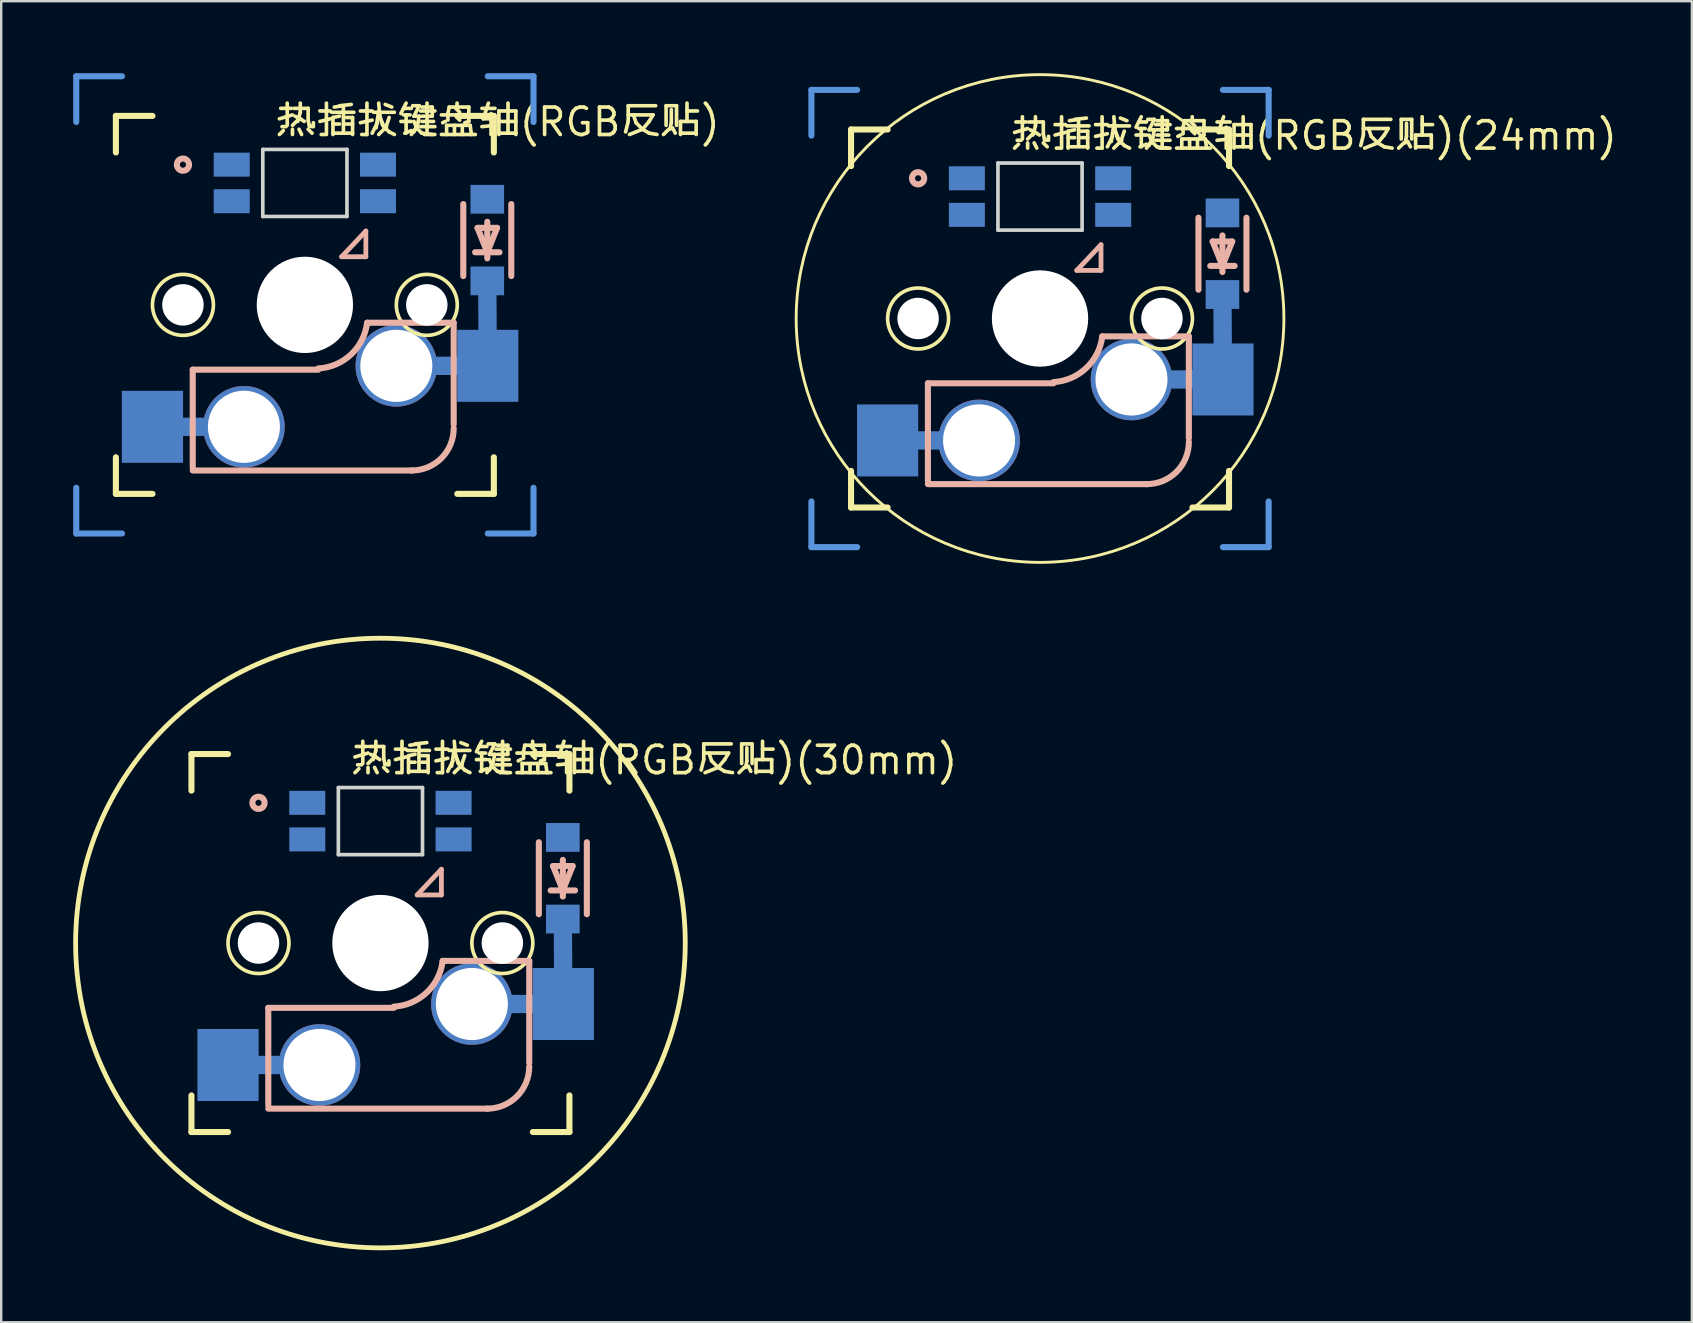
<source format=kicad_pcb>
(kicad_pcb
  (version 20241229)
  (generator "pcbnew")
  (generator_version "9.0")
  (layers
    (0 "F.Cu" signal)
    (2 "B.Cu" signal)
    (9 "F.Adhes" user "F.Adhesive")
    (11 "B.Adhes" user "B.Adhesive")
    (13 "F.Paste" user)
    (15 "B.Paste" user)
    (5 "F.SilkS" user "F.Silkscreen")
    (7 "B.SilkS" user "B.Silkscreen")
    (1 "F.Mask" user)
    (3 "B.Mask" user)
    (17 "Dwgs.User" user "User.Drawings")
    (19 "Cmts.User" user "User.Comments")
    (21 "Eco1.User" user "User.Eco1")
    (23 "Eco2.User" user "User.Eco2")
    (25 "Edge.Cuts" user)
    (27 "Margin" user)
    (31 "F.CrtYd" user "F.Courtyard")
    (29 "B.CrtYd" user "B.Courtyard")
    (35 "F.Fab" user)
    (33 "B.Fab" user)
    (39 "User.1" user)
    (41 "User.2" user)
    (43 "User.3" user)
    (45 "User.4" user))
  (footprint "热插拔键盘轴(RGB反贴)(24mm)"
    (layer "F.Cu")
    (at 40.281 10.22)
    (property "Reference" "热插拔键盘轴(RGB反贴)(24mm)" (at -1.27 -7.62 0) (layer "F.SilkS") (effects (font (size 1.143 1.143) (thickness 0.152)) (justify left)))
    (attr smd)
    (fp_line (start -6.35 5.08) (end -2.54 5.08) (stroke (width 0.762) (type solid)) (layer "B.Cu"))
    (fp_line (start 3.81 2.54) (end 7.62 2.54) (stroke (width 0.762) (type solid)) (layer "B.Cu"))
    (fp_line (start 7.62 2.54) (end 7.6 -1) (stroke (width 0.762) (type solid)) (layer "B.Cu"))
    (fp_line (start -7.874 -7.874) (end -6.35 -7.874) (stroke (width 0.254) (type solid)) (layer "F.SilkS"))
    (fp_line (start -7.874 -6.35) (end -7.874 -7.874) (stroke (width 0.254) (type solid)) (layer "F.SilkS"))
    (fp_line (start -7.874 7.874) (end -7.874 6.35) (stroke (width 0.254) (type solid)) (layer "F.SilkS"))
    (fp_line (start -6.35 7.874) (end -7.874 7.874) (stroke (width 0.254) (type solid)) (layer "F.SilkS"))
    (fp_line (start 6.35 -7.874) (end 7.874 -7.874) (stroke (width 0.254) (type solid)) (layer "F.SilkS"))
    (fp_line (start 7.874 -7.874) (end 7.874 -6.35) (stroke (width 0.254) (type solid)) (layer "F.SilkS"))
    (fp_line (start 7.874 6.35) (end 7.874 7.874) (stroke (width 0.254) (type solid)) (layer "F.SilkS"))
    (fp_line (start 7.874 7.874) (end 6.35 7.874) (stroke (width 0.254) (type solid)) (layer "F.SilkS"))
    (fp_circle (center -5.08 0) (end -3.81 0) (stroke (width 0.152) (type solid)) (fill no) (layer "F.SilkS"))
    (fp_circle (center 0 0) (end 10.16 0) (stroke (width 0.12) (type default)) (fill no) (layer "F.SilkS"))
    (fp_circle (center 5.08 0) (end 6.35 0) (stroke (width 0.152) (type solid)) (fill no) (layer "F.SilkS"))
    (fp_line (start -4.672 2.7) (end -4.672 6.764) (stroke (width 0.254) (type solid)) (layer "B.SilkS"))
    (fp_line (start -4.672 2.7) (end 0.56 2.7) (stroke (width 0.254) (type solid)) (layer "B.SilkS"))
    (fp_line (start 1.531 -2.005) (end 2.54 -3.075) (stroke (width 0.2) (type solid)) (layer "B.SilkS"))
    (fp_line (start 2.54 -3.075) (end 2.54 -2.005) (stroke (width 0.2) (type solid)) (layer "B.SilkS"))
    (fp_line (start 2.54 -2.005) (end 1.531 -2.005) (stroke (width 0.2) (type solid)) (layer "B.SilkS"))
    (fp_line (start 2.593 0.744) (end 6.2 0.744) (stroke (width 0.254) (type solid)) (layer "B.SilkS"))
    (fp_line (start 4.472 6.9) (end -4.672 6.9) (stroke (width 0.254) (type solid)) (layer "B.SilkS"))
    (fp_line (start 6.2 0.744) (end 6.2 4.986) (stroke (width 0.254) (type solid)) (layer "B.SilkS"))
    (fp_line (start 6.6 -4.2) (end 6.6 -1.2) (stroke (width 0.254) (type solid)) (layer "B.SilkS"))
    (fp_line (start 7.092 -2.192) (end 8.108 -2.192) (stroke (width 0.254) (type solid)) (layer "B.SilkS"))
    (fp_line (start 7.194 -3.208) (end 8.006 -3.208) (stroke (width 0.254) (type solid)) (layer "B.SilkS"))
    (fp_line (start 7.6 -2.192) (end 7.194 -3.208) (stroke (width 0.254) (type solid)) (layer "B.SilkS"))
    (fp_line (start 7.6 -1.938) (end 7.6 -3.462) (stroke (width 0.254) (type solid)) (layer "B.SilkS"))
    (fp_line (start 8.006 -3.208) (end 7.6 -2.192) (stroke (width 0.254) (type solid)) (layer "B.SilkS"))
    (fp_line (start 8.6 -4.2) (end 8.6 -1.2) (stroke (width 0.254) (type solid)) (layer "B.SilkS"))
    (fp_arc (start 2.593 0.744) (mid 1.92218 2.067083) (end 0.557846 2.649438) (stroke (width 0.254) (type solid)) (layer "B.SilkS"))
    (fp_arc (start 6.2 5.140489) (mid 5.684587 6.389986) (end 4.432879 6.9) (stroke (width 0.254) (type solid)) (layer "B.SilkS"))
    (fp_circle (center -5.08 -5.842) (end -4.826 -5.842) (stroke (width 0.254) (type solid)) (fill no) (layer "B.SilkS"))
    (fp_line (start -9.525 -9.525) (end -9.525 -7.62) (stroke (width 0.254) (type solid)) (layer "Cmts.User"))
    (fp_line (start -9.525 -9.525) (end -7.62 -9.525) (stroke (width 0.254) (type solid)) (layer "Cmts.User"))
    (fp_line (start -9.525 9.525) (end -9.525 7.62) (stroke (width 0.254) (type solid)) (layer "Cmts.User"))
    (fp_line (start -7.62 9.525) (end -9.525 9.525) (stroke (width 0.254) (type solid)) (layer "Cmts.User"))
    (fp_line (start 7.62 -9.525) (end 9.525 -9.525) (stroke (width 0.254) (type solid)) (layer "Cmts.User"))
    (fp_line (start 9.525 -7.62) (end 9.525 -9.525) (stroke (width 0.254) (type solid)) (layer "Cmts.User"))
    (fp_line (start 9.525 7.62) (end 9.525 9.525) (stroke (width 0.254) (type solid)) (layer "Cmts.User"))
    (fp_line (start 9.525 9.525) (end 7.62 9.525) (stroke (width 0.254) (type solid)) (layer "Cmts.User"))
    (fp_line (start -1.753 -6.477) (end -1.753 -3.683) (stroke (width 0.152) (type solid)) (layer "Edge.Cuts"))
    (fp_line (start -1.753 -3.683) (end 1.753 -3.683) (stroke (width 0.152) (type solid)) (layer "Edge.Cuts"))
    (fp_line (start 1.753 -6.477) (end -1.753 -6.477) (stroke (width 0.152) (type solid)) (layer "Edge.Cuts"))
    (fp_line (start 1.753 -3.683) (end 1.753 -6.477) (stroke (width 0.152) (type solid)) (layer "Edge.Cuts"))
    (pad "" np_thru_hole circle (at -5.08 0) (size 1.727 1.727) (drill 1.727) (layers "*.Cu" "*.Mask"))
    (pad "" np_thru_hole circle (at 0 0) (size 4.013 4.013) (drill 4.013) (layers "*.Cu" "*.Mask"))
    (pad "" np_thru_hole circle (at 5.08 0) (size 1.727 1.727) (drill 1.727) (layers "*.Cu" "*.Mask"))
    (pad "1" thru_hole circle (at 3.81 2.54) (size 3.4 3.4) (drill oval 3 3.005) (layers "*.Cu" "*.Paste" "*.Mask"))
    (pad "1" smd rect (at 7.6 -1 270) (size 1.2 1.4) (layers "B.Cu" "B.Mask" "B.Paste"))
    (pad "1" smd rect (at 7.62 2.54) (size 2.55 3) (layers "B.Cu" "B.Mask" "B.Paste"))
    (pad "2" thru_hole circle (at -2.54 5.08 180) (size 3.4 3.4) (drill oval 3 3.005) (layers "*.Cu" "*.Paste" "*.Mask"))
    (pad "COL" smd rect (at 7.6 -4.4 270) (size 1.2 1.4) (layers "B.Cu" "B.Mask" "B.Paste"))
    (pad "DIN" smd rect (at -3.048 -4.318 180) (size 1.5 1) (layers "B.Cu" "B.Mask" "B.Paste"))
    (pad "DOUT" smd rect (at 3.048 -5.842 180) (size 1.5 1) (layers "B.Cu" "B.Mask" "B.Paste"))
    (pad "LED" smd rect (at 3.048 -4.318 180) (size 1.5 1) (layers "B.Cu" "B.Mask" "B.Paste"))
    (pad "LEDGND" smd rect (at -3.048 -5.842 180) (size 1.5 1) (layers "B.Cu" "B.Mask" "B.Paste"))
    (pad "ROW" smd rect (at -6.35 5.08) (size 2.55 3) (layers "B.Cu" "B.Mask" "B.Paste")))
  (footprint "热插拔键盘轴(RGB反贴)"
    (layer "F.Cu")
    (at 9.652 9.652)
    (property "Reference" "热插拔键盘轴(RGB反贴)" (at -1.27 -7.62 0) (layer "F.SilkS") (effects (font (size 1.143 1.143) (thickness 0.152)) (justify left)))
    (attr smd)
    (fp_line (start -6.35 5.08) (end -2.54 5.08) (stroke (width 0.762) (type solid)) (layer "B.Cu"))
    (fp_line (start 3.81 2.54) (end 7.62 2.54) (stroke (width 0.762) (type solid)) (layer "B.Cu"))
    (fp_line (start 7.62 2.54) (end 7.6 -1) (stroke (width 0.762) (type solid)) (layer "B.Cu"))
    (fp_line (start -7.874 -7.874) (end -6.35 -7.874) (stroke (width 0.254) (type solid)) (layer "F.SilkS"))
    (fp_line (start -7.874 -6.35) (end -7.874 -7.874) (stroke (width 0.254) (type solid)) (layer "F.SilkS"))
    (fp_line (start -7.874 7.874) (end -7.874 6.35) (stroke (width 0.254) (type solid)) (layer "F.SilkS"))
    (fp_line (start -6.35 7.874) (end -7.874 7.874) (stroke (width 0.254) (type solid)) (layer "F.SilkS"))
    (fp_line (start 6.35 -7.874) (end 7.874 -7.874) (stroke (width 0.254) (type solid)) (layer "F.SilkS"))
    (fp_line (start 7.874 -7.874) (end 7.874 -6.35) (stroke (width 0.254) (type solid)) (layer "F.SilkS"))
    (fp_line (start 7.874 6.35) (end 7.874 7.874) (stroke (width 0.254) (type solid)) (layer "F.SilkS"))
    (fp_line (start 7.874 7.874) (end 6.35 7.874) (stroke (width 0.254) (type solid)) (layer "F.SilkS"))
    (fp_circle (center -5.08 0) (end -3.81 0) (stroke (width 0.152) (type solid)) (fill no) (layer "F.SilkS"))
    (fp_circle (center 5.08 0) (end 6.35 0) (stroke (width 0.152) (type solid)) (fill no) (layer "F.SilkS"))
    (fp_line (start -4.672 2.7) (end -4.672 6.764) (stroke (width 0.254) (type solid)) (layer "B.SilkS"))
    (fp_line (start -4.672 2.7) (end 0.56 2.7) (stroke (width 0.254) (type solid)) (layer "B.SilkS"))
    (fp_line (start 1.531 -2.005) (end 2.54 -3.075) (stroke (width 0.2) (type solid)) (layer "B.SilkS"))
    (fp_line (start 2.54 -3.075) (end 2.54 -2.005) (stroke (width 0.2) (type solid)) (layer "B.SilkS"))
    (fp_line (start 2.54 -2.005) (end 1.531 -2.005) (stroke (width 0.2) (type solid)) (layer "B.SilkS"))
    (fp_line (start 2.593 0.744) (end 6.2 0.744) (stroke (width 0.254) (type solid)) (layer "B.SilkS"))
    (fp_line (start 4.472 6.9) (end -4.672 6.9) (stroke (width 0.254) (type solid)) (layer "B.SilkS"))
    (fp_line (start 6.2 0.744) (end 6.2 4.986) (stroke (width 0.254) (type solid)) (layer "B.SilkS"))
    (fp_line (start 6.6 -4.2) (end 6.6 -1.2) (stroke (width 0.254) (type solid)) (layer "B.SilkS"))
    (fp_line (start 7.092 -2.192) (end 8.108 -2.192) (stroke (width 0.254) (type solid)) (layer "B.SilkS"))
    (fp_line (start 7.194 -3.208) (end 8.006 -3.208) (stroke (width 0.254) (type solid)) (layer "B.SilkS"))
    (fp_line (start 7.6 -2.192) (end 7.194 -3.208) (stroke (width 0.254) (type solid)) (layer "B.SilkS"))
    (fp_line (start 7.6 -1.938) (end 7.6 -3.462) (stroke (width 0.254) (type solid)) (layer "B.SilkS"))
    (fp_line (start 8.006 -3.208) (end 7.6 -2.192) (stroke (width 0.254) (type solid)) (layer "B.SilkS"))
    (fp_line (start 8.6 -4.2) (end 8.6 -1.2) (stroke (width 0.254) (type solid)) (layer "B.SilkS"))
    (fp_arc (start 2.593 0.744) (mid 1.92218 2.067083) (end 0.557846 2.649438) (stroke (width 0.254) (type solid)) (layer "B.SilkS"))
    (fp_arc (start 6.2 5.140489) (mid 5.684587 6.389986) (end 4.432879 6.9) (stroke (width 0.254) (type solid)) (layer "B.SilkS"))
    (fp_circle (center -5.08 -5.842) (end -4.826 -5.842) (stroke (width 0.254) (type solid)) (fill no) (layer "B.SilkS"))
    (fp_line (start -9.525 -9.525) (end -9.525 -7.62) (stroke (width 0.254) (type solid)) (layer "Cmts.User"))
    (fp_line (start -9.525 -9.525) (end -7.62 -9.525) (stroke (width 0.254) (type solid)) (layer "Cmts.User"))
    (fp_line (start -9.525 9.525) (end -9.525 7.62) (stroke (width 0.254) (type solid)) (layer "Cmts.User"))
    (fp_line (start -7.62 9.525) (end -9.525 9.525) (stroke (width 0.254) (type solid)) (layer "Cmts.User"))
    (fp_line (start 7.62 -9.525) (end 9.525 -9.525) (stroke (width 0.254) (type solid)) (layer "Cmts.User"))
    (fp_line (start 9.525 -7.62) (end 9.525 -9.525) (stroke (width 0.254) (type solid)) (layer "Cmts.User"))
    (fp_line (start 9.525 7.62) (end 9.525 9.525) (stroke (width 0.254) (type solid)) (layer "Cmts.User"))
    (fp_line (start 9.525 9.525) (end 7.62 9.525) (stroke (width 0.254) (type solid)) (layer "Cmts.User"))
    (fp_line (start -1.753 -6.477) (end -1.753 -3.683) (stroke (width 0.152) (type solid)) (layer "Edge.Cuts"))
    (fp_line (start -1.753 -3.683) (end 1.753 -3.683) (stroke (width 0.152) (type solid)) (layer "Edge.Cuts"))
    (fp_line (start 1.753 -6.477) (end -1.753 -6.477) (stroke (width 0.152) (type solid)) (layer "Edge.Cuts"))
    (fp_line (start 1.753 -3.683) (end 1.753 -6.477) (stroke (width 0.152) (type solid)) (layer "Edge.Cuts"))
    (pad "" np_thru_hole circle (at -5.08 0) (size 1.727 1.727) (drill 1.727) (layers "*.Cu" "*.Mask"))
    (pad "" np_thru_hole circle (at 0 0) (size 4.013 4.013) (drill 4.013) (layers "*.Cu" "*.Mask"))
    (pad "" np_thru_hole circle (at 5.08 0) (size 1.727 1.727) (drill 1.727) (layers "*.Cu" "*.Mask"))
    (pad "1" thru_hole circle (at 3.81 2.54) (size 3.4 3.4) (drill oval 3 3.005) (layers "*.Cu" "*.Paste" "*.Mask"))
    (pad "1" smd rect (at 7.6 -1 270) (size 1.2 1.4) (layers "B.Cu" "B.Mask" "B.Paste"))
    (pad "1" smd rect (at 7.62 2.54) (size 2.55 3) (layers "B.Cu" "B.Mask" "B.Paste"))
    (pad "2" thru_hole circle (at -2.54 5.08 180) (size 3.4 3.4) (drill oval 3 3.005) (layers "*.Cu" "*.Paste" "*.Mask"))
    (pad "COL" smd rect (at 7.6 -4.4 270) (size 1.2 1.4) (layers "B.Cu" "B.Mask" "B.Paste"))
    (pad "DIN" smd rect (at -3.048 -4.318 180) (size 1.5 1) (layers "B.Cu" "B.Mask" "B.Paste"))
    (pad "DOUT" smd rect (at 3.048 -5.842 180) (size 1.5 1) (layers "B.Cu" "B.Mask" "B.Paste"))
    (pad "LED" smd rect (at 3.048 -4.318 180) (size 1.5 1) (layers "B.Cu" "B.Mask" "B.Paste"))
    (pad "LEDGND" smd rect (at -3.048 -5.842 180) (size 1.5 1) (layers "B.Cu" "B.Mask" "B.Paste"))
    (pad "ROW" smd rect (at -6.35 5.08) (size 2.55 3) (layers "B.Cu" "B.Mask" "B.Paste")))
  (footprint "热插拔键盘轴(RGB反贴)(30mm)"
    (layer "F.Cu")
    (at 12.8 36.24)
    (property "Reference" "热插拔键盘轴(RGB反贴)(30mm)" (at -1.27 -7.62 0) (layer "F.SilkS") (effects (font (size 1.143 1.143) (thickness 0.152)) (justify left)))
    (attr smd)
    (fp_line (start -6.35 5.08) (end -2.54 5.08) (stroke (width 0.762) (type solid)) (layer "B.Cu"))
    (fp_line (start 3.81 2.54) (end 7.62 2.54) (stroke (width 0.762) (type solid)) (layer "B.Cu"))
    (fp_line (start 7.62 2.54) (end 7.6 -1) (stroke (width 0.762) (type solid)) (layer "B.Cu"))
    (fp_line (start -7.874 -7.874) (end -6.35 -7.874) (stroke (width 0.254) (type solid)) (layer "F.SilkS"))
    (fp_line (start -7.874 -6.35) (end -7.874 -7.874) (stroke (width 0.254) (type solid)) (layer "F.SilkS"))
    (fp_line (start -7.874 7.874) (end -7.874 6.35) (stroke (width 0.254) (type solid)) (layer "F.SilkS"))
    (fp_line (start -6.35 7.874) (end -7.874 7.874) (stroke (width 0.254) (type solid)) (layer "F.SilkS"))
    (fp_line (start 6.35 -7.874) (end 7.874 -7.874) (stroke (width 0.254) (type solid)) (layer "F.SilkS"))
    (fp_line (start 7.874 -7.874) (end 7.874 -6.35) (stroke (width 0.254) (type solid)) (layer "F.SilkS"))
    (fp_line (start 7.874 6.35) (end 7.874 7.874) (stroke (width 0.254) (type solid)) (layer "F.SilkS"))
    (fp_line (start 7.874 7.874) (end 6.35 7.874) (stroke (width 0.254) (type solid)) (layer "F.SilkS"))
    (fp_circle (center -5.08 0) (end -3.81 0) (stroke (width 0.152) (type solid)) (fill no) (layer "F.SilkS"))
    (fp_circle (center 0 0) (end 12.7 0) (stroke (width 0.2) (type default)) (fill no) (layer "F.SilkS"))
    (fp_circle (center 5.08 0) (end 6.35 0) (stroke (width 0.152) (type solid)) (fill no) (layer "F.SilkS"))
    (fp_line (start -4.672 2.7) (end -4.672 6.764) (stroke (width 0.254) (type solid)) (layer "B.SilkS"))
    (fp_line (start -4.672 2.7) (end 0.56 2.7) (stroke (width 0.254) (type solid)) (layer "B.SilkS"))
    (fp_line (start 1.531 -2.005) (end 2.54 -3.075) (stroke (width 0.2) (type solid)) (layer "B.SilkS"))
    (fp_line (start 2.54 -3.075) (end 2.54 -2.005) (stroke (width 0.2) (type solid)) (layer "B.SilkS"))
    (fp_line (start 2.54 -2.005) (end 1.531 -2.005) (stroke (width 0.2) (type solid)) (layer "B.SilkS"))
    (fp_line (start 2.593 0.744) (end 6.2 0.744) (stroke (width 0.254) (type solid)) (layer "B.SilkS"))
    (fp_line (start 4.472 6.9) (end -4.672 6.9) (stroke (width 0.254) (type solid)) (layer "B.SilkS"))
    (fp_line (start 6.2 0.744) (end 6.2 4.986) (stroke (width 0.254) (type solid)) (layer "B.SilkS"))
    (fp_line (start 6.6 -4.2) (end 6.6 -1.2) (stroke (width 0.254) (type solid)) (layer "B.SilkS"))
    (fp_line (start 7.092 -2.192) (end 8.108 -2.192) (stroke (width 0.254) (type solid)) (layer "B.SilkS"))
    (fp_line (start 7.194 -3.208) (end 8.006 -3.208) (stroke (width 0.254) (type solid)) (layer "B.SilkS"))
    (fp_line (start 7.6 -2.192) (end 7.194 -3.208) (stroke (width 0.254) (type solid)) (layer "B.SilkS"))
    (fp_line (start 7.6 -1.938) (end 7.6 -3.462) (stroke (width 0.254) (type solid)) (layer "B.SilkS"))
    (fp_line (start 8.006 -3.208) (end 7.6 -2.192) (stroke (width 0.254) (type solid)) (layer "B.SilkS"))
    (fp_line (start 8.6 -4.2) (end 8.6 -1.2) (stroke (width 0.254) (type solid)) (layer "B.SilkS"))
    (fp_arc (start 2.593 0.744) (mid 1.92218 2.067083) (end 0.557846 2.649438) (stroke (width 0.254) (type solid)) (layer "B.SilkS"))
    (fp_arc (start 6.2 5.140489) (mid 5.684587 6.389986) (end 4.432879 6.9) (stroke (width 0.254) (type solid)) (layer "B.SilkS"))
    (fp_circle (center -5.08 -5.842) (end -4.826 -5.842) (stroke (width 0.254) (type solid)) (fill no) (layer "B.SilkS"))
    (fp_line (start -1.753 -6.477) (end -1.753 -3.683) (stroke (width 0.152) (type solid)) (layer "Edge.Cuts"))
    (fp_line (start -1.753 -3.683) (end 1.753 -3.683) (stroke (width 0.152) (type solid)) (layer "Edge.Cuts"))
    (fp_line (start 1.753 -6.477) (end -1.753 -6.477) (stroke (width 0.152) (type solid)) (layer "Edge.Cuts"))
    (fp_line (start 1.753 -3.683) (end 1.753 -6.477) (stroke (width 0.152) (type solid)) (layer "Edge.Cuts"))
    (pad "" np_thru_hole circle (at -5.08 0) (size 1.727 1.727) (drill 1.727) (layers "*.Cu" "*.Mask"))
    (pad "" np_thru_hole circle (at 0 0) (size 4.013 4.013) (drill 4.013) (layers "*.Cu" "*.Mask"))
    (pad "" np_thru_hole circle (at 5.08 0) (size 1.727 1.727) (drill 1.727) (layers "*.Cu" "*.Mask"))
    (pad "1" thru_hole circle (at 3.81 2.54) (size 3.4 3.4) (drill oval 3 3.005) (layers "*.Cu" "*.Paste" "*.Mask"))
    (pad "1" smd rect (at 7.6 -1 270) (size 1.2 1.4) (layers "B.Cu" "B.Mask" "B.Paste"))
    (pad "1" smd rect (at 7.62 2.54) (size 2.55 3) (layers "B.Cu" "B.Mask" "B.Paste"))
    (pad "2" thru_hole circle (at -2.54 5.08 180) (size 3.4 3.4) (drill oval 3 3.005) (layers "*.Cu" "*.Paste" "*.Mask"))
    (pad "COL" smd rect (at 7.6 -4.4 270) (size 1.2 1.4) (layers "B.Cu" "B.Mask" "B.Paste"))
    (pad "DIN" smd rect (at -3.048 -4.318 180) (size 1.5 1) (layers "B.Cu" "B.Mask" "B.Paste"))
    (pad "DOUT" smd rect (at 3.048 -5.842 180) (size 1.5 1) (layers "B.Cu" "B.Mask" "B.Paste"))
    (pad "LED" smd rect (at 3.048 -4.318 180) (size 1.5 1) (layers "B.Cu" "B.Mask" "B.Paste"))
    (pad "LEDGND" smd rect (at -3.048 -5.842 180) (size 1.5 1) (layers "B.Cu" "B.Mask" "B.Paste"))
    (pad "ROW" smd rect (at -6.35 5.08) (size 2.55 3) (layers "B.Cu" "B.Mask" "B.Paste")))
  (gr_rect
    (start -3 -3)
    (end 67.439 52.04)
    (stroke (width 0.1) (type default))
    (fill no)
    (layer "Edge.Cuts")))
</source>
